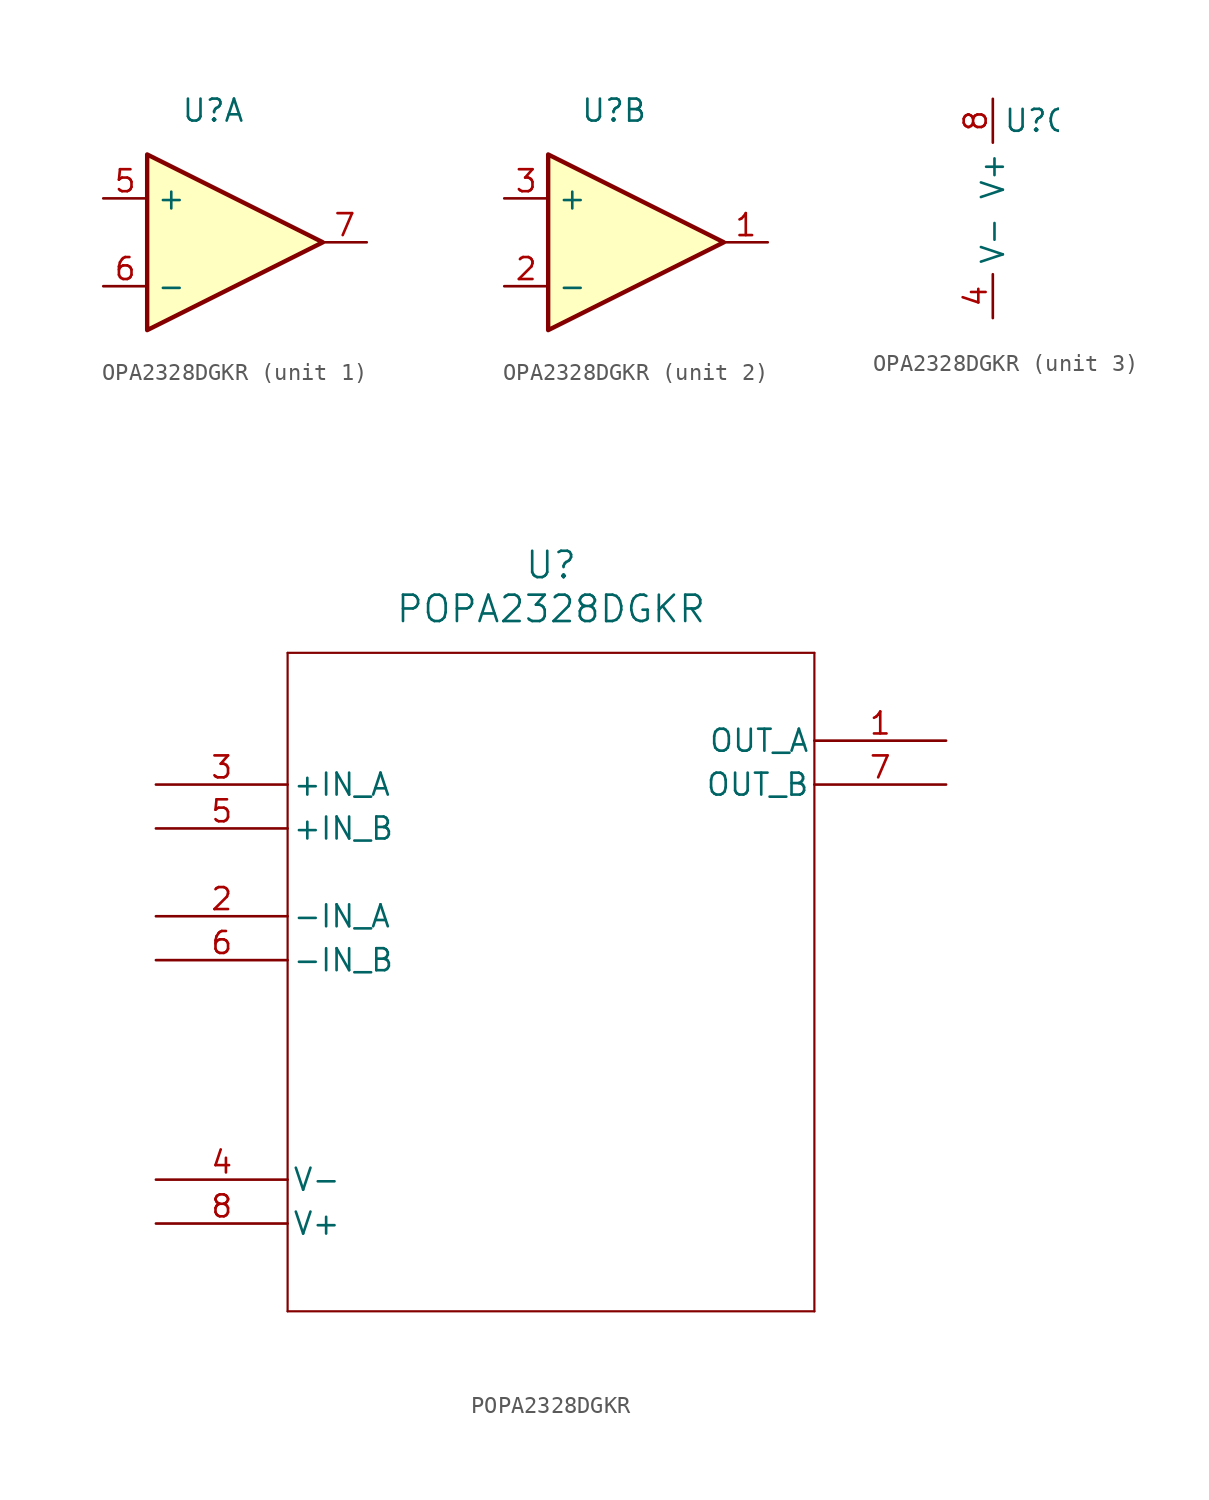
<source format=kicad_sym>
(kicad_symbol_lib
  (version 20220914)
  (generator kicad_symbol_editor)
  (symbol "OPA2328DGKR"
    (property "Reference" "U"
      (at 0 6.35 0)
      (effects (font (size 1.27 1.27))))
    (property "Value" ""
      (at -2.54 2.54 0)
      (effects (font (size 1.27 1.27))))
    (symbol "OPA2328DGKR_1_1"
      (polyline (pts (xy -3.81 3.81) (xy 6.35 -1.27) (xy -3.81 -6.35) (xy -3.81 3.81)) (stroke (width 0.254) (type default)) (fill (type background)))
      (pin input line (at -6.35 1.27 0) (length 2.54) (name "+" (effects (font (size 1.27 1.27)))) (number "5" (effects (font (size 1.27 1.27)))))
      (pin input line (at -6.35 -3.81 0) (length 2.54) (name "-" (effects (font (size 1.27 1.27)))) (number "6" (effects (font (size 1.27 1.27)))))
      (pin output line (at 8.89 -1.27 180) (length 2.54) (name "" (effects (font (size 1.27 1.27)))) (number "7" (effects (font (size 1.27 1.27))))))
    (symbol "OPA2328DGKR_2_1"
      (polyline (pts (xy -3.81 3.81) (xy 6.35 -1.27) (xy -3.81 -6.35) (xy -3.81 3.81)) (stroke (width 0.254) (type default)) (fill (type background)))
      (pin output line (at 8.89 -1.27 180) (length 2.54) (name "" (effects (font (size 1.27 1.27)))) (number "1" (effects (font (size 1.27 1.27)))))
      (pin input line (at -6.35 -3.81 0) (length 2.54) (name "-" (effects (font (size 1.27 1.27)))) (number "2" (effects (font (size 1.27 1.27)))))
      (pin input line (at -6.35 1.27 0) (length 2.54) (name "+" (effects (font (size 1.27 1.27)))) (number "3" (effects (font (size 1.27 1.27))))))
    (symbol "OPA2328DGKR_3_1"
      (pin power_in line (at -2.54 -5.08 90) (length 2.54) (name "V-" (effects (font (size 1.27 1.27)))) (number "4" (effects (font (size 1.27 1.27)))))
      (pin power_in line (at -2.54 7.62 270) (length 2.54) (name "V+" (effects (font (size 1.27 1.27)))) (number "8" (effects (font (size 1.27 1.27)))))))
  (symbol "POPA2328DGKR"
    (pin_names
      (offset 0.254))
    (property "Reference" "U"
      (at 22.86 12.7 0)
      (effects (font (size 1.524 1.524))))
    (property "Value" "POPA2328DGKR"
      (at 22.86 10.16 0)
      (effects (font (size 1.524 1.524))))
    (symbol "POPA2328DGKR_0_1"
      (polyline (pts (xy 7.62 -30.48) (xy 38.1 -30.48)) (stroke (width 0.127) (type default)) (fill (type none)))
      (polyline (pts (xy 7.62 7.62) (xy 7.62 -30.48)) (stroke (width 0.127) (type default)) (fill (type none)))
      (polyline (pts (xy 38.1 -30.48) (xy 38.1 7.62)) (stroke (width 0.127) (type default)) (fill (type none)))
      (polyline (pts (xy 38.1 7.62) (xy 7.62 7.62)) (stroke (width 0.127) (type default)) (fill (type none)))
      (pin output line (at 45.72 2.54 180) (length 7.62) (name "OUT_A" (effects (font (size 1.27 1.27)))) (number "1" (effects (font (size 1.27 1.27)))))
      (pin input line (at 0 -7.62 0) (length 7.62) (name "-IN_A" (effects (font (size 1.27 1.27)))) (number "2" (effects (font (size 1.27 1.27)))))
      (pin input line (at 0 0 0) (length 7.62) (name "+IN_A" (effects (font (size 1.27 1.27)))) (number "3" (effects (font (size 1.27 1.27)))))
      (pin power_in line (at 0 -22.86 0) (length 7.62) (name "V-" (effects (font (size 1.27 1.27)))) (number "4" (effects (font (size 1.27 1.27)))))
      (pin input line (at 0 -2.54 0) (length 7.62) (name "+IN_B" (effects (font (size 1.27 1.27)))) (number "5" (effects (font (size 1.27 1.27)))))
      (pin input line (at 0 -10.16 0) (length 7.62) (name "-IN_B" (effects (font (size 1.27 1.27)))) (number "6" (effects (font (size 1.27 1.27)))))
      (pin output line (at 45.72 0 180) (length 7.62) (name "OUT_B" (effects (font (size 1.27 1.27)))) (number "7" (effects (font (size 1.27 1.27)))))
      (pin power_in line (at 0 -25.4 0) (length 7.62) (name "V+" (effects (font (size 1.27 1.27)))) (number "8" (effects (font (size 1.27 1.27))))))))
</source>
